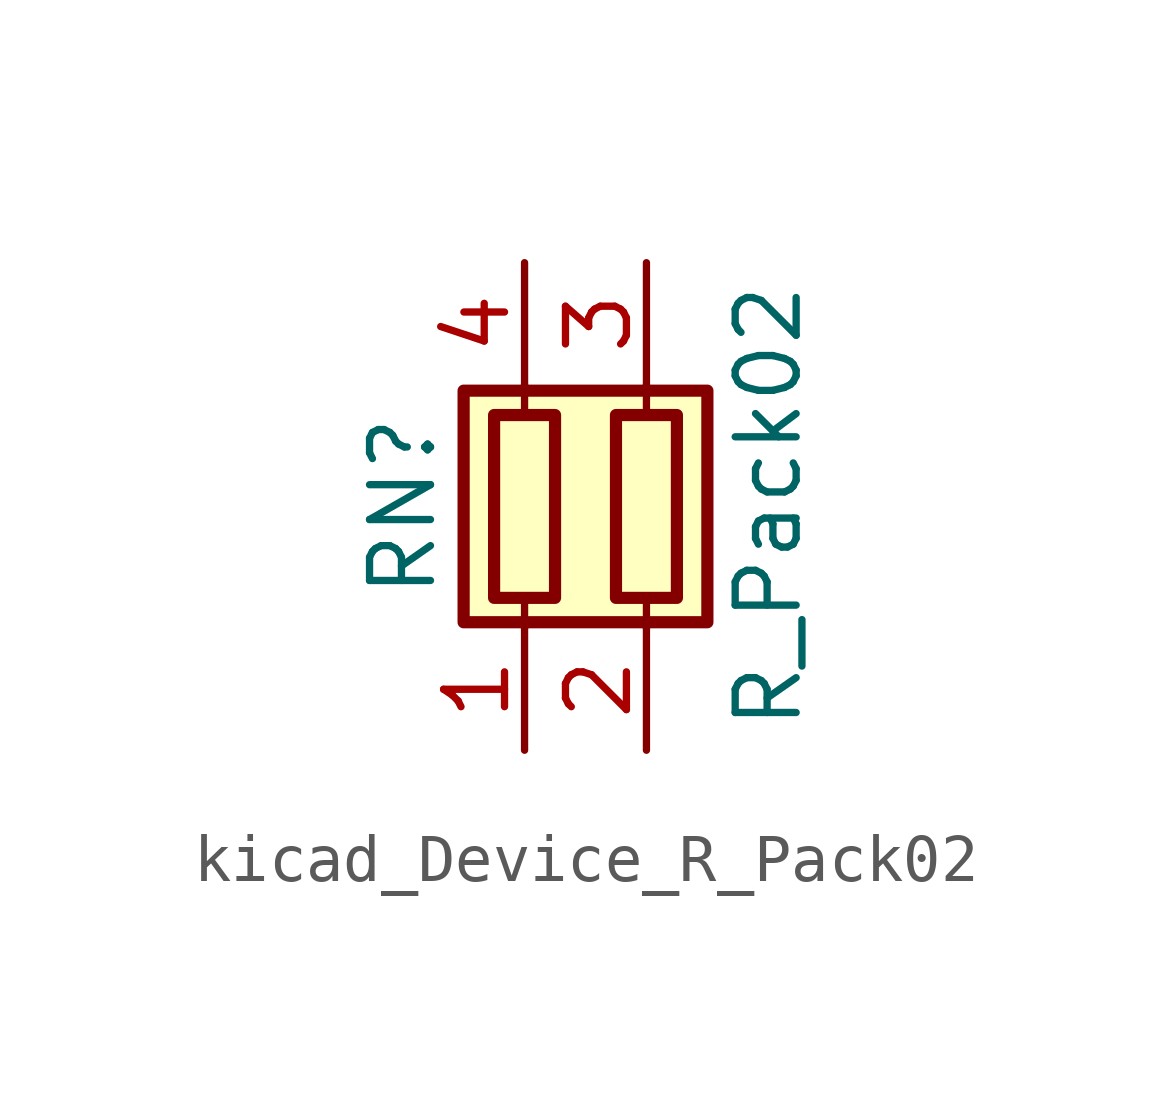
<source format=kicad_sym>
(kicad_symbol_lib
  (version 20220914)
  (generator kicad_symbol_editor)
  (symbol "kicad_Device_R_Pack02"
    (pin_names
      (offset 0) hide)
    (property "Reference" "RN"
      (at -5.08 0 90)
      (effects (font (size 1.27 1.27))))
    (property "Value" "R_Pack02"
      (at 2.54 0 90)
      (effects (font (size 1.27 1.27))))
    (symbol "kicad_Device_R_Pack02_0_1"
      (rectangle (start -3.81 -2.413) (end 1.27 2.413) (stroke (width 0.254) (type default)) (fill (type background)))
      (rectangle (start -3.175 1.905) (end -1.905 -1.905) (stroke (width 0.254) (type default)) (fill (type none)))
      (rectangle (start -0.635 1.905) (end 0.635 -1.905) (stroke (width 0.254) (type default)) (fill (type none)))
      (polyline (pts (xy -2.54 -2.54) (xy -2.54 -1.905)) (stroke (width 0) (type default)) (fill (type none)))
      (polyline (pts (xy -2.54 1.905) (xy -2.54 2.54)) (stroke (width 0) (type default)) (fill (type none)))
      (polyline (pts (xy 0 -2.54) (xy 0 -1.905)) (stroke (width 0) (type default)) (fill (type none)))
      (polyline (pts (xy 0 1.905) (xy 0 2.54)) (stroke (width 0) (type default)) (fill (type none))))
    (symbol "kicad_Device_R_Pack02_1_1"
      (pin passive line (at -2.54 -5.08 90) (length 2.54) (name "R1.1" (effects (font (size 1.27 1.27)))) (number "1" (effects (font (size 1.27 1.27)))))
      (pin passive line (at 0 -5.08 90) (length 2.54) (name "R2.1" (effects (font (size 1.27 1.27)))) (number "2" (effects (font (size 1.27 1.27)))))
      (pin passive line (at 0 5.08 270) (length 2.54) (name "R2.2" (effects (font (size 1.27 1.27)))) (number "3" (effects (font (size 1.27 1.27)))))
      (pin passive line (at -2.54 5.08 270) (length 2.54) (name "R1.2" (effects (font (size 1.27 1.27)))) (number "4" (effects (font (size 1.27 1.27))))))))
</source>
